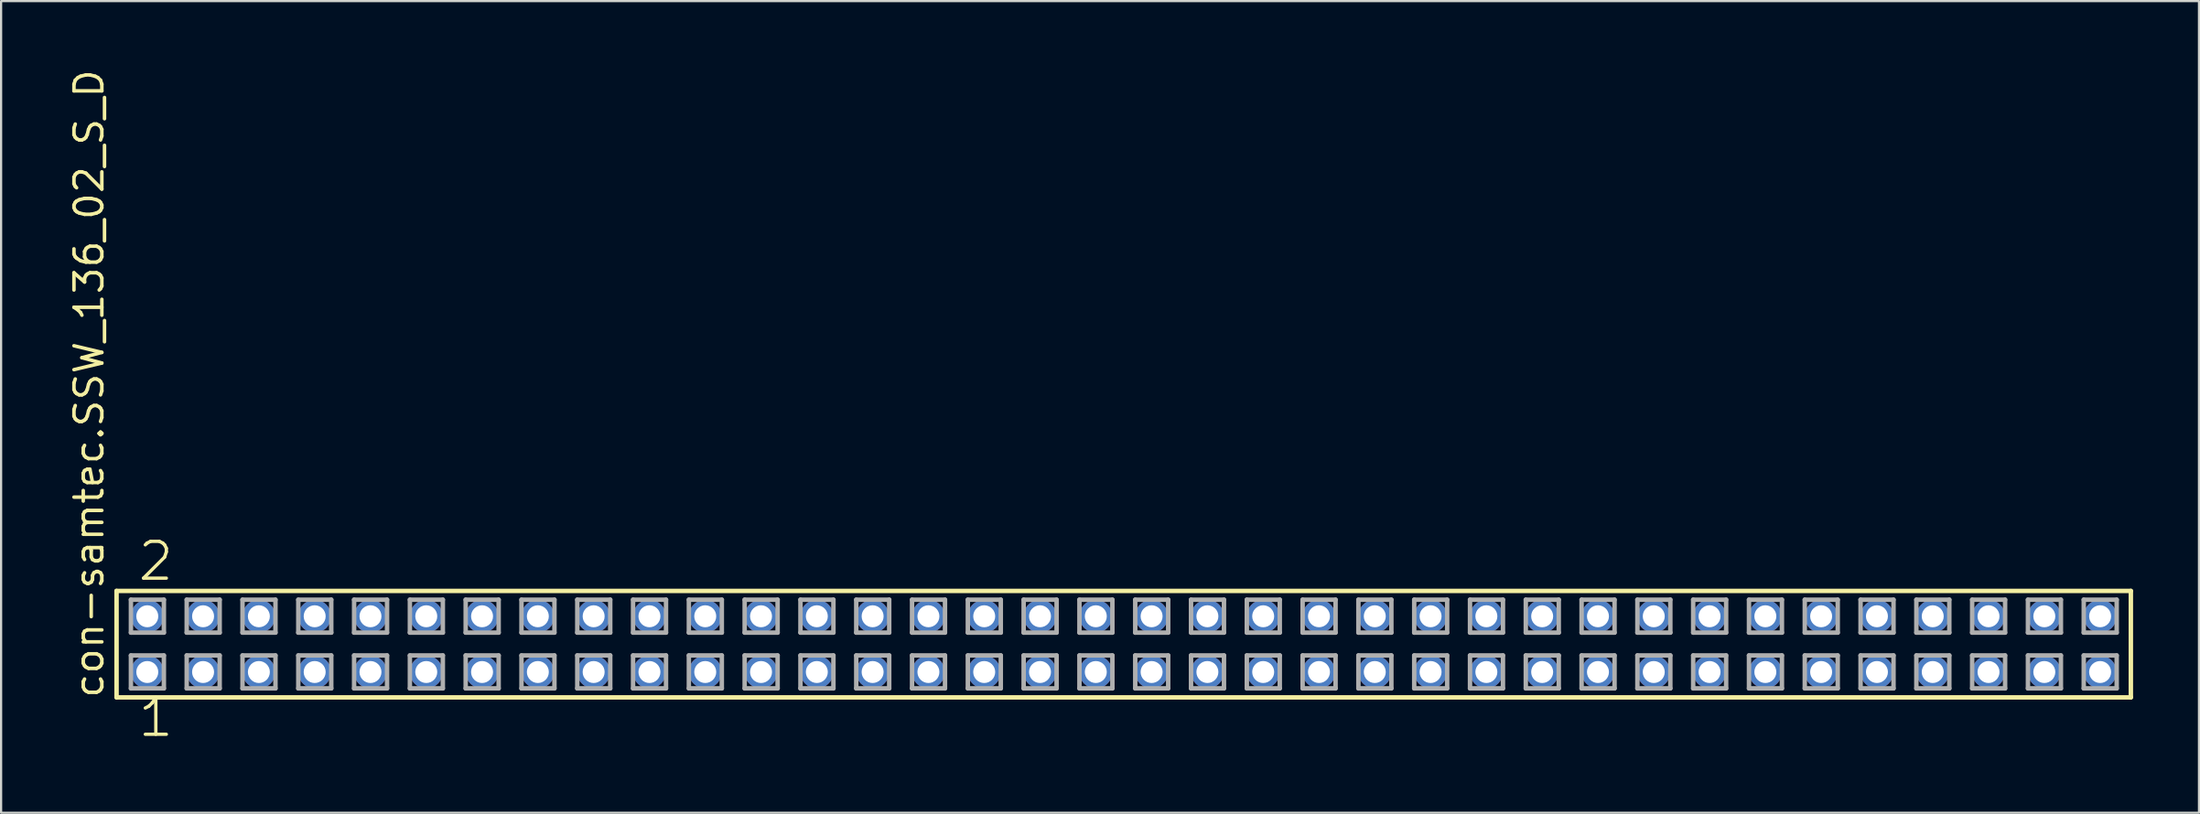
<source format=kicad_pcb>
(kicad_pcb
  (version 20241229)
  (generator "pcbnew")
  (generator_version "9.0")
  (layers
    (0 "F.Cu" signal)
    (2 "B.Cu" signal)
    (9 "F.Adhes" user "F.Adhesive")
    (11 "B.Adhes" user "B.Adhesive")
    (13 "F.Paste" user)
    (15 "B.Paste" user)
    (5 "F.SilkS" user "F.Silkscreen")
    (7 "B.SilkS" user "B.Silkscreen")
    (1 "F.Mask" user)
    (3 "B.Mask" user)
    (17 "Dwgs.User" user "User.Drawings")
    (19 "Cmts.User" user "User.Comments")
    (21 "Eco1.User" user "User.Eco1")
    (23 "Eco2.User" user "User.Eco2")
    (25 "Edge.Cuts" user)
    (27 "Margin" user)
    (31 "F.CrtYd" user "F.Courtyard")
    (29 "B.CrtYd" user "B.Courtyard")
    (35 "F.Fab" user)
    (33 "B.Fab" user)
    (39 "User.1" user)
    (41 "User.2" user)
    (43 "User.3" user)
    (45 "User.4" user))
  (footprint "con-samtec.SSW_136_02_S_D"
    (layer "F.Cu")
    (at 48.105 26.291)
    (property "Reference" "con-samtec.SSW_136_02_S_D" (at -46.355 2.54 90) (layer "F.SilkS") (effects (font (size 1.27 1.27) (thickness 0.16)) (justify left bottom)))
    (attr through_hole)
    (fp_line (start -45.849 -2.425) (end 45.849 -2.425) (stroke (width 0.203) (type default)) (layer "F.SilkS"))
    (fp_line (start -45.849 2.425) (end -45.849 -2.425) (stroke (width 0.203) (type default)) (layer "F.SilkS"))
    (fp_line (start 45.849 -2.425) (end 45.849 2.425) (stroke (width 0.203) (type default)) (layer "F.SilkS"))
    (fp_line (start 45.849 2.425) (end -45.849 2.425) (stroke (width 0.203) (type default)) (layer "F.SilkS"))
    (fp_line (start -45.195 -2.025) (end -43.695 -2.025) (stroke (width 0.203) (type default)) (layer "F.Fab"))
    (fp_line (start -45.195 -0.525) (end -45.195 -2.025) (stroke (width 0.203) (type default)) (layer "F.Fab"))
    (fp_line (start -45.195 0.515) (end -43.695 0.515) (stroke (width 0.203) (type default)) (layer "F.Fab"))
    (fp_line (start -45.195 2.015) (end -45.195 0.515) (stroke (width 0.203) (type default)) (layer "F.Fab"))
    (fp_line (start -43.695 -2.025) (end -43.695 -0.525) (stroke (width 0.203) (type default)) (layer "F.Fab"))
    (fp_line (start -43.695 -0.525) (end -45.195 -0.525) (stroke (width 0.203) (type default)) (layer "F.Fab"))
    (fp_line (start -43.695 0.515) (end -43.695 2.015) (stroke (width 0.203) (type default)) (layer "F.Fab"))
    (fp_line (start -43.695 2.015) (end -45.195 2.015) (stroke (width 0.203) (type default)) (layer "F.Fab"))
    (fp_line (start -42.655 -2.025) (end -41.155 -2.025) (stroke (width 0.203) (type default)) (layer "F.Fab"))
    (fp_line (start -42.655 -0.525) (end -42.655 -2.025) (stroke (width 0.203) (type default)) (layer "F.Fab"))
    (fp_line (start -42.655 0.515) (end -41.155 0.515) (stroke (width 0.203) (type default)) (layer "F.Fab"))
    (fp_line (start -42.655 2.015) (end -42.655 0.515) (stroke (width 0.203) (type default)) (layer "F.Fab"))
    (fp_line (start -41.155 -2.025) (end -41.155 -0.525) (stroke (width 0.203) (type default)) (layer "F.Fab"))
    (fp_line (start -41.155 -0.525) (end -42.655 -0.525) (stroke (width 0.203) (type default)) (layer "F.Fab"))
    (fp_line (start -41.155 0.515) (end -41.155 2.015) (stroke (width 0.203) (type default)) (layer "F.Fab"))
    (fp_line (start -41.155 2.015) (end -42.655 2.015) (stroke (width 0.203) (type default)) (layer "F.Fab"))
    (fp_line (start -40.115 -2.025) (end -38.615 -2.025) (stroke (width 0.203) (type default)) (layer "F.Fab"))
    (fp_line (start -40.115 -0.525) (end -40.115 -2.025) (stroke (width 0.203) (type default)) (layer "F.Fab"))
    (fp_line (start -40.115 0.515) (end -38.615 0.515) (stroke (width 0.203) (type default)) (layer "F.Fab"))
    (fp_line (start -40.115 2.015) (end -40.115 0.515) (stroke (width 0.203) (type default)) (layer "F.Fab"))
    (fp_line (start -38.615 -2.025) (end -38.615 -0.525) (stroke (width 0.203) (type default)) (layer "F.Fab"))
    (fp_line (start -38.615 -0.525) (end -40.115 -0.525) (stroke (width 0.203) (type default)) (layer "F.Fab"))
    (fp_line (start -38.615 0.515) (end -38.615 2.015) (stroke (width 0.203) (type default)) (layer "F.Fab"))
    (fp_line (start -38.615 2.015) (end -40.115 2.015) (stroke (width 0.203) (type default)) (layer "F.Fab"))
    (fp_line (start -37.575 -2.025) (end -36.075 -2.025) (stroke (width 0.203) (type default)) (layer "F.Fab"))
    (fp_line (start -37.575 -0.525) (end -37.575 -2.025) (stroke (width 0.203) (type default)) (layer "F.Fab"))
    (fp_line (start -37.575 0.515) (end -36.075 0.515) (stroke (width 0.203) (type default)) (layer "F.Fab"))
    (fp_line (start -37.575 2.015) (end -37.575 0.515) (stroke (width 0.203) (type default)) (layer "F.Fab"))
    (fp_line (start -36.075 -2.025) (end -36.075 -0.525) (stroke (width 0.203) (type default)) (layer "F.Fab"))
    (fp_line (start -36.075 -0.525) (end -37.575 -0.525) (stroke (width 0.203) (type default)) (layer "F.Fab"))
    (fp_line (start -36.075 0.515) (end -36.075 2.015) (stroke (width 0.203) (type default)) (layer "F.Fab"))
    (fp_line (start -36.075 2.015) (end -37.575 2.015) (stroke (width 0.203) (type default)) (layer "F.Fab"))
    (fp_line (start -35.035 -2.025) (end -33.535 -2.025) (stroke (width 0.203) (type default)) (layer "F.Fab"))
    (fp_line (start -35.035 -0.525) (end -35.035 -2.025) (stroke (width 0.203) (type default)) (layer "F.Fab"))
    (fp_line (start -35.035 0.515) (end -33.535 0.515) (stroke (width 0.203) (type default)) (layer "F.Fab"))
    (fp_line (start -35.035 2.015) (end -35.035 0.515) (stroke (width 0.203) (type default)) (layer "F.Fab"))
    (fp_line (start -33.535 -2.025) (end -33.535 -0.525) (stroke (width 0.203) (type default)) (layer "F.Fab"))
    (fp_line (start -33.535 -0.525) (end -35.035 -0.525) (stroke (width 0.203) (type default)) (layer "F.Fab"))
    (fp_line (start -33.535 0.515) (end -33.535 2.015) (stroke (width 0.203) (type default)) (layer "F.Fab"))
    (fp_line (start -33.535 2.015) (end -35.035 2.015) (stroke (width 0.203) (type default)) (layer "F.Fab"))
    (fp_line (start -32.495 -2.025) (end -30.995 -2.025) (stroke (width 0.203) (type default)) (layer "F.Fab"))
    (fp_line (start -32.495 -0.525) (end -32.495 -2.025) (stroke (width 0.203) (type default)) (layer "F.Fab"))
    (fp_line (start -32.495 0.515) (end -30.995 0.515) (stroke (width 0.203) (type default)) (layer "F.Fab"))
    (fp_line (start -32.495 2.015) (end -32.495 0.515) (stroke (width 0.203) (type default)) (layer "F.Fab"))
    (fp_line (start -30.995 -2.025) (end -30.995 -0.525) (stroke (width 0.203) (type default)) (layer "F.Fab"))
    (fp_line (start -30.995 -0.525) (end -32.495 -0.525) (stroke (width 0.203) (type default)) (layer "F.Fab"))
    (fp_line (start -30.995 0.515) (end -30.995 2.015) (stroke (width 0.203) (type default)) (layer "F.Fab"))
    (fp_line (start -30.995 2.015) (end -32.495 2.015) (stroke (width 0.203) (type default)) (layer "F.Fab"))
    (fp_line (start -29.955 -2.025) (end -28.455 -2.025) (stroke (width 0.203) (type default)) (layer "F.Fab"))
    (fp_line (start -29.955 -0.525) (end -29.955 -2.025) (stroke (width 0.203) (type default)) (layer "F.Fab"))
    (fp_line (start -29.955 0.515) (end -28.455 0.515) (stroke (width 0.203) (type default)) (layer "F.Fab"))
    (fp_line (start -29.955 2.015) (end -29.955 0.515) (stroke (width 0.203) (type default)) (layer "F.Fab"))
    (fp_line (start -28.455 -2.025) (end -28.455 -0.525) (stroke (width 0.203) (type default)) (layer "F.Fab"))
    (fp_line (start -28.455 -0.525) (end -29.955 -0.525) (stroke (width 0.203) (type default)) (layer "F.Fab"))
    (fp_line (start -28.455 0.515) (end -28.455 2.015) (stroke (width 0.203) (type default)) (layer "F.Fab"))
    (fp_line (start -28.455 2.015) (end -29.955 2.015) (stroke (width 0.203) (type default)) (layer "F.Fab"))
    (fp_line (start -27.415 -2.025) (end -25.915 -2.025) (stroke (width 0.203) (type default)) (layer "F.Fab"))
    (fp_line (start -27.415 -0.525) (end -27.415 -2.025) (stroke (width 0.203) (type default)) (layer "F.Fab"))
    (fp_line (start -27.415 0.515) (end -25.915 0.515) (stroke (width 0.203) (type default)) (layer "F.Fab"))
    (fp_line (start -27.415 2.015) (end -27.415 0.515) (stroke (width 0.203) (type default)) (layer "F.Fab"))
    (fp_line (start -25.915 -2.025) (end -25.915 -0.525) (stroke (width 0.203) (type default)) (layer "F.Fab"))
    (fp_line (start -25.915 -0.525) (end -27.415 -0.525) (stroke (width 0.203) (type default)) (layer "F.Fab"))
    (fp_line (start -25.915 0.515) (end -25.915 2.015) (stroke (width 0.203) (type default)) (layer "F.Fab"))
    (fp_line (start -25.915 2.015) (end -27.415 2.015) (stroke (width 0.203) (type default)) (layer "F.Fab"))
    (fp_line (start -24.875 -2.025) (end -23.375 -2.025) (stroke (width 0.203) (type default)) (layer "F.Fab"))
    (fp_line (start -24.875 -0.525) (end -24.875 -2.025) (stroke (width 0.203) (type default)) (layer "F.Fab"))
    (fp_line (start -24.875 0.515) (end -23.375 0.515) (stroke (width 0.203) (type default)) (layer "F.Fab"))
    (fp_line (start -24.875 2.015) (end -24.875 0.515) (stroke (width 0.203) (type default)) (layer "F.Fab"))
    (fp_line (start -23.375 -2.025) (end -23.375 -0.525) (stroke (width 0.203) (type default)) (layer "F.Fab"))
    (fp_line (start -23.375 -0.525) (end -24.875 -0.525) (stroke (width 0.203) (type default)) (layer "F.Fab"))
    (fp_line (start -23.375 0.515) (end -23.375 2.015) (stroke (width 0.203) (type default)) (layer "F.Fab"))
    (fp_line (start -23.375 2.015) (end -24.875 2.015) (stroke (width 0.203) (type default)) (layer "F.Fab"))
    (fp_line (start -22.335 -2.025) (end -20.835 -2.025) (stroke (width 0.203) (type default)) (layer "F.Fab"))
    (fp_line (start -22.335 -0.525) (end -22.335 -2.025) (stroke (width 0.203) (type default)) (layer "F.Fab"))
    (fp_line (start -22.335 0.515) (end -20.835 0.515) (stroke (width 0.203) (type default)) (layer "F.Fab"))
    (fp_line (start -22.335 2.015) (end -22.335 0.515) (stroke (width 0.203) (type default)) (layer "F.Fab"))
    (fp_line (start -20.835 -2.025) (end -20.835 -0.525) (stroke (width 0.203) (type default)) (layer "F.Fab"))
    (fp_line (start -20.835 -0.525) (end -22.335 -0.525) (stroke (width 0.203) (type default)) (layer "F.Fab"))
    (fp_line (start -20.835 0.515) (end -20.835 2.015) (stroke (width 0.203) (type default)) (layer "F.Fab"))
    (fp_line (start -20.835 2.015) (end -22.335 2.015) (stroke (width 0.203) (type default)) (layer "F.Fab"))
    (fp_line (start -19.795 -2.025) (end -18.295 -2.025) (stroke (width 0.203) (type default)) (layer "F.Fab"))
    (fp_line (start -19.795 -0.525) (end -19.795 -2.025) (stroke (width 0.203) (type default)) (layer "F.Fab"))
    (fp_line (start -19.795 0.515) (end -18.295 0.515) (stroke (width 0.203) (type default)) (layer "F.Fab"))
    (fp_line (start -19.795 2.015) (end -19.795 0.515) (stroke (width 0.203) (type default)) (layer "F.Fab"))
    (fp_line (start -18.295 -2.025) (end -18.295 -0.525) (stroke (width 0.203) (type default)) (layer "F.Fab"))
    (fp_line (start -18.295 -0.525) (end -19.795 -0.525) (stroke (width 0.203) (type default)) (layer "F.Fab"))
    (fp_line (start -18.295 0.515) (end -18.295 2.015) (stroke (width 0.203) (type default)) (layer "F.Fab"))
    (fp_line (start -18.295 2.015) (end -19.795 2.015) (stroke (width 0.203) (type default)) (layer "F.Fab"))
    (fp_line (start -17.255 -2.025) (end -15.755 -2.025) (stroke (width 0.203) (type default)) (layer "F.Fab"))
    (fp_line (start -17.255 -0.525) (end -17.255 -2.025) (stroke (width 0.203) (type default)) (layer "F.Fab"))
    (fp_line (start -17.255 0.515) (end -15.755 0.515) (stroke (width 0.203) (type default)) (layer "F.Fab"))
    (fp_line (start -17.255 2.015) (end -17.255 0.515) (stroke (width 0.203) (type default)) (layer "F.Fab"))
    (fp_line (start -15.755 -2.025) (end -15.755 -0.525) (stroke (width 0.203) (type default)) (layer "F.Fab"))
    (fp_line (start -15.755 -0.525) (end -17.255 -0.525) (stroke (width 0.203) (type default)) (layer "F.Fab"))
    (fp_line (start -15.755 0.515) (end -15.755 2.015) (stroke (width 0.203) (type default)) (layer "F.Fab"))
    (fp_line (start -15.755 2.015) (end -17.255 2.015) (stroke (width 0.203) (type default)) (layer "F.Fab"))
    (fp_line (start -14.715 -2.025) (end -13.215 -2.025) (stroke (width 0.203) (type default)) (layer "F.Fab"))
    (fp_line (start -14.715 -0.525) (end -14.715 -2.025) (stroke (width 0.203) (type default)) (layer "F.Fab"))
    (fp_line (start -14.715 0.515) (end -13.215 0.515) (stroke (width 0.203) (type default)) (layer "F.Fab"))
    (fp_line (start -14.715 2.015) (end -14.715 0.515) (stroke (width 0.203) (type default)) (layer "F.Fab"))
    (fp_line (start -13.215 -2.025) (end -13.215 -0.525) (stroke (width 0.203) (type default)) (layer "F.Fab"))
    (fp_line (start -13.215 -0.525) (end -14.715 -0.525) (stroke (width 0.203) (type default)) (layer "F.Fab"))
    (fp_line (start -13.215 0.515) (end -13.215 2.015) (stroke (width 0.203) (type default)) (layer "F.Fab"))
    (fp_line (start -13.215 2.015) (end -14.715 2.015) (stroke (width 0.203) (type default)) (layer "F.Fab"))
    (fp_line (start -12.175 -2.025) (end -10.675 -2.025) (stroke (width 0.203) (type default)) (layer "F.Fab"))
    (fp_line (start -12.175 -0.525) (end -12.175 -2.025) (stroke (width 0.203) (type default)) (layer "F.Fab"))
    (fp_line (start -12.175 0.515) (end -10.675 0.515) (stroke (width 0.203) (type default)) (layer "F.Fab"))
    (fp_line (start -12.175 2.015) (end -12.175 0.515) (stroke (width 0.203) (type default)) (layer "F.Fab"))
    (fp_line (start -10.675 -2.025) (end -10.675 -0.525) (stroke (width 0.203) (type default)) (layer "F.Fab"))
    (fp_line (start -10.675 -0.525) (end -12.175 -0.525) (stroke (width 0.203) (type default)) (layer "F.Fab"))
    (fp_line (start -10.675 0.515) (end -10.675 2.015) (stroke (width 0.203) (type default)) (layer "F.Fab"))
    (fp_line (start -10.675 2.015) (end -12.175 2.015) (stroke (width 0.203) (type default)) (layer "F.Fab"))
    (fp_line (start -9.635 -2.025) (end -8.135 -2.025) (stroke (width 0.203) (type default)) (layer "F.Fab"))
    (fp_line (start -9.635 -0.525) (end -9.635 -2.025) (stroke (width 0.203) (type default)) (layer "F.Fab"))
    (fp_line (start -9.635 0.515) (end -8.135 0.515) (stroke (width 0.203) (type default)) (layer "F.Fab"))
    (fp_line (start -9.635 2.015) (end -9.635 0.515) (stroke (width 0.203) (type default)) (layer "F.Fab"))
    (fp_line (start -8.135 -2.025) (end -8.135 -0.525) (stroke (width 0.203) (type default)) (layer "F.Fab"))
    (fp_line (start -8.135 -0.525) (end -9.635 -0.525) (stroke (width 0.203) (type default)) (layer "F.Fab"))
    (fp_line (start -8.135 0.515) (end -8.135 2.015) (stroke (width 0.203) (type default)) (layer "F.Fab"))
    (fp_line (start -8.135 2.015) (end -9.635 2.015) (stroke (width 0.203) (type default)) (layer "F.Fab"))
    (fp_line (start -7.095 -2.025) (end -5.595 -2.025) (stroke (width 0.203) (type default)) (layer "F.Fab"))
    (fp_line (start -7.095 -0.525) (end -7.095 -2.025) (stroke (width 0.203) (type default)) (layer "F.Fab"))
    (fp_line (start -7.095 0.515) (end -5.595 0.515) (stroke (width 0.203) (type default)) (layer "F.Fab"))
    (fp_line (start -7.095 2.015) (end -7.095 0.515) (stroke (width 0.203) (type default)) (layer "F.Fab"))
    (fp_line (start -5.595 -2.025) (end -5.595 -0.525) (stroke (width 0.203) (type default)) (layer "F.Fab"))
    (fp_line (start -5.595 -0.525) (end -7.095 -0.525) (stroke (width 0.203) (type default)) (layer "F.Fab"))
    (fp_line (start -5.595 0.515) (end -5.595 2.015) (stroke (width 0.203) (type default)) (layer "F.Fab"))
    (fp_line (start -5.595 2.015) (end -7.095 2.015) (stroke (width 0.203) (type default)) (layer "F.Fab"))
    (fp_line (start -4.555 -2.025) (end -3.055 -2.025) (stroke (width 0.203) (type default)) (layer "F.Fab"))
    (fp_line (start -4.555 -0.525) (end -4.555 -2.025) (stroke (width 0.203) (type default)) (layer "F.Fab"))
    (fp_line (start -4.555 0.515) (end -3.055 0.515) (stroke (width 0.203) (type default)) (layer "F.Fab"))
    (fp_line (start -4.555 2.015) (end -4.555 0.515) (stroke (width 0.203) (type default)) (layer "F.Fab"))
    (fp_line (start -3.055 -2.025) (end -3.055 -0.525) (stroke (width 0.203) (type default)) (layer "F.Fab"))
    (fp_line (start -3.055 -0.525) (end -4.555 -0.525) (stroke (width 0.203) (type default)) (layer "F.Fab"))
    (fp_line (start -3.055 0.515) (end -3.055 2.015) (stroke (width 0.203) (type default)) (layer "F.Fab"))
    (fp_line (start -3.055 2.015) (end -4.555 2.015) (stroke (width 0.203) (type default)) (layer "F.Fab"))
    (fp_line (start -2.015 -2.025) (end -0.515 -2.025) (stroke (width 0.203) (type default)) (layer "F.Fab"))
    (fp_line (start -2.015 -0.525) (end -2.015 -2.025) (stroke (width 0.203) (type default)) (layer "F.Fab"))
    (fp_line (start -2.015 0.515) (end -0.515 0.515) (stroke (width 0.203) (type default)) (layer "F.Fab"))
    (fp_line (start -2.015 2.015) (end -2.015 0.515) (stroke (width 0.203) (type default)) (layer "F.Fab"))
    (fp_line (start -0.515 -2.025) (end -0.515 -0.525) (stroke (width 0.203) (type default)) (layer "F.Fab"))
    (fp_line (start -0.515 -0.525) (end -2.015 -0.525) (stroke (width 0.203) (type default)) (layer "F.Fab"))
    (fp_line (start -0.515 0.515) (end -0.515 2.015) (stroke (width 0.203) (type default)) (layer "F.Fab"))
    (fp_line (start -0.515 2.015) (end -2.015 2.015) (stroke (width 0.203) (type default)) (layer "F.Fab"))
    (fp_line (start 0.525 -2.025) (end 2.025 -2.025) (stroke (width 0.203) (type default)) (layer "F.Fab"))
    (fp_line (start 0.525 -0.525) (end 0.525 -2.025) (stroke (width 0.203) (type default)) (layer "F.Fab"))
    (fp_line (start 0.525 0.515) (end 2.025 0.515) (stroke (width 0.203) (type default)) (layer "F.Fab"))
    (fp_line (start 0.525 2.015) (end 0.525 0.515) (stroke (width 0.203) (type default)) (layer "F.Fab"))
    (fp_line (start 2.025 -2.025) (end 2.025 -0.525) (stroke (width 0.203) (type default)) (layer "F.Fab"))
    (fp_line (start 2.025 -0.525) (end 0.525 -0.525) (stroke (width 0.203) (type default)) (layer "F.Fab"))
    (fp_line (start 2.025 0.515) (end 2.025 2.015) (stroke (width 0.203) (type default)) (layer "F.Fab"))
    (fp_line (start 2.025 2.015) (end 0.525 2.015) (stroke (width 0.203) (type default)) (layer "F.Fab"))
    (fp_line (start 3.065 -2.025) (end 4.565 -2.025) (stroke (width 0.203) (type default)) (layer "F.Fab"))
    (fp_line (start 3.065 -0.525) (end 3.065 -2.025) (stroke (width 0.203) (type default)) (layer "F.Fab"))
    (fp_line (start 3.065 0.515) (end 4.565 0.515) (stroke (width 0.203) (type default)) (layer "F.Fab"))
    (fp_line (start 3.065 2.015) (end 3.065 0.515) (stroke (width 0.203) (type default)) (layer "F.Fab"))
    (fp_line (start 4.565 -2.025) (end 4.565 -0.525) (stroke (width 0.203) (type default)) (layer "F.Fab"))
    (fp_line (start 4.565 -0.525) (end 3.065 -0.525) (stroke (width 0.203) (type default)) (layer "F.Fab"))
    (fp_line (start 4.565 0.515) (end 4.565 2.015) (stroke (width 0.203) (type default)) (layer "F.Fab"))
    (fp_line (start 4.565 2.015) (end 3.065 2.015) (stroke (width 0.203) (type default)) (layer "F.Fab"))
    (fp_line (start 5.605 -2.025) (end 7.105 -2.025) (stroke (width 0.203) (type default)) (layer "F.Fab"))
    (fp_line (start 5.605 -0.525) (end 5.605 -2.025) (stroke (width 0.203) (type default)) (layer "F.Fab"))
    (fp_line (start 5.605 0.515) (end 7.105 0.515) (stroke (width 0.203) (type default)) (layer "F.Fab"))
    (fp_line (start 5.605 2.015) (end 5.605 0.515) (stroke (width 0.203) (type default)) (layer "F.Fab"))
    (fp_line (start 7.105 -2.025) (end 7.105 -0.525) (stroke (width 0.203) (type default)) (layer "F.Fab"))
    (fp_line (start 7.105 -0.525) (end 5.605 -0.525) (stroke (width 0.203) (type default)) (layer "F.Fab"))
    (fp_line (start 7.105 0.515) (end 7.105 2.015) (stroke (width 0.203) (type default)) (layer "F.Fab"))
    (fp_line (start 7.105 2.015) (end 5.605 2.015) (stroke (width 0.203) (type default)) (layer "F.Fab"))
    (fp_line (start 8.145 -2.025) (end 9.645 -2.025) (stroke (width 0.203) (type default)) (layer "F.Fab"))
    (fp_line (start 8.145 -0.525) (end 8.145 -2.025) (stroke (width 0.203) (type default)) (layer "F.Fab"))
    (fp_line (start 8.145 0.515) (end 9.645 0.515) (stroke (width 0.203) (type default)) (layer "F.Fab"))
    (fp_line (start 8.145 2.015) (end 8.145 0.515) (stroke (width 0.203) (type default)) (layer "F.Fab"))
    (fp_line (start 9.645 -2.025) (end 9.645 -0.525) (stroke (width 0.203) (type default)) (layer "F.Fab"))
    (fp_line (start 9.645 -0.525) (end 8.145 -0.525) (stroke (width 0.203) (type default)) (layer "F.Fab"))
    (fp_line (start 9.645 0.515) (end 9.645 2.015) (stroke (width 0.203) (type default)) (layer "F.Fab"))
    (fp_line (start 9.645 2.015) (end 8.145 2.015) (stroke (width 0.203) (type default)) (layer "F.Fab"))
    (fp_line (start 10.685 -2.025) (end 12.185 -2.025) (stroke (width 0.203) (type default)) (layer "F.Fab"))
    (fp_line (start 10.685 -0.525) (end 10.685 -2.025) (stroke (width 0.203) (type default)) (layer "F.Fab"))
    (fp_line (start 10.685 0.515) (end 12.185 0.515) (stroke (width 0.203) (type default)) (layer "F.Fab"))
    (fp_line (start 10.685 2.015) (end 10.685 0.515) (stroke (width 0.203) (type default)) (layer "F.Fab"))
    (fp_line (start 12.185 -2.025) (end 12.185 -0.525) (stroke (width 0.203) (type default)) (layer "F.Fab"))
    (fp_line (start 12.185 -0.525) (end 10.685 -0.525) (stroke (width 0.203) (type default)) (layer "F.Fab"))
    (fp_line (start 12.185 0.515) (end 12.185 2.015) (stroke (width 0.203) (type default)) (layer "F.Fab"))
    (fp_line (start 12.185 2.015) (end 10.685 2.015) (stroke (width 0.203) (type default)) (layer "F.Fab"))
    (fp_line (start 13.225 -2.025) (end 14.725 -2.025) (stroke (width 0.203) (type default)) (layer "F.Fab"))
    (fp_line (start 13.225 -0.525) (end 13.225 -2.025) (stroke (width 0.203) (type default)) (layer "F.Fab"))
    (fp_line (start 13.225 0.515) (end 14.725 0.515) (stroke (width 0.203) (type default)) (layer "F.Fab"))
    (fp_line (start 13.225 2.015) (end 13.225 0.515) (stroke (width 0.203) (type default)) (layer "F.Fab"))
    (fp_line (start 14.725 -2.025) (end 14.725 -0.525) (stroke (width 0.203) (type default)) (layer "F.Fab"))
    (fp_line (start 14.725 -0.525) (end 13.225 -0.525) (stroke (width 0.203) (type default)) (layer "F.Fab"))
    (fp_line (start 14.725 0.515) (end 14.725 2.015) (stroke (width 0.203) (type default)) (layer "F.Fab"))
    (fp_line (start 14.725 2.015) (end 13.225 2.015) (stroke (width 0.203) (type default)) (layer "F.Fab"))
    (fp_line (start 15.765 -2.025) (end 17.265 -2.025) (stroke (width 0.203) (type default)) (layer "F.Fab"))
    (fp_line (start 15.765 -0.525) (end 15.765 -2.025) (stroke (width 0.203) (type default)) (layer "F.Fab"))
    (fp_line (start 15.765 0.515) (end 17.265 0.515) (stroke (width 0.203) (type default)) (layer "F.Fab"))
    (fp_line (start 15.765 2.015) (end 15.765 0.515) (stroke (width 0.203) (type default)) (layer "F.Fab"))
    (fp_line (start 17.265 -2.025) (end 17.265 -0.525) (stroke (width 0.203) (type default)) (layer "F.Fab"))
    (fp_line (start 17.265 -0.525) (end 15.765 -0.525) (stroke (width 0.203) (type default)) (layer "F.Fab"))
    (fp_line (start 17.265 0.515) (end 17.265 2.015) (stroke (width 0.203) (type default)) (layer "F.Fab"))
    (fp_line (start 17.265 2.015) (end 15.765 2.015) (stroke (width 0.203) (type default)) (layer "F.Fab"))
    (fp_line (start 18.305 -2.025) (end 19.805 -2.025) (stroke (width 0.203) (type default)) (layer "F.Fab"))
    (fp_line (start 18.305 -0.525) (end 18.305 -2.025) (stroke (width 0.203) (type default)) (layer "F.Fab"))
    (fp_line (start 18.305 0.515) (end 19.805 0.515) (stroke (width 0.203) (type default)) (layer "F.Fab"))
    (fp_line (start 18.305 2.015) (end 18.305 0.515) (stroke (width 0.203) (type default)) (layer "F.Fab"))
    (fp_line (start 19.805 -2.025) (end 19.805 -0.525) (stroke (width 0.203) (type default)) (layer "F.Fab"))
    (fp_line (start 19.805 -0.525) (end 18.305 -0.525) (stroke (width 0.203) (type default)) (layer "F.Fab"))
    (fp_line (start 19.805 0.515) (end 19.805 2.015) (stroke (width 0.203) (type default)) (layer "F.Fab"))
    (fp_line (start 19.805 2.015) (end 18.305 2.015) (stroke (width 0.203) (type default)) (layer "F.Fab"))
    (fp_line (start 20.845 -2.025) (end 22.345 -2.025) (stroke (width 0.203) (type default)) (layer "F.Fab"))
    (fp_line (start 20.845 -0.525) (end 20.845 -2.025) (stroke (width 0.203) (type default)) (layer "F.Fab"))
    (fp_line (start 20.845 0.515) (end 22.345 0.515) (stroke (width 0.203) (type default)) (layer "F.Fab"))
    (fp_line (start 20.845 2.015) (end 20.845 0.515) (stroke (width 0.203) (type default)) (layer "F.Fab"))
    (fp_line (start 22.345 -2.025) (end 22.345 -0.525) (stroke (width 0.203) (type default)) (layer "F.Fab"))
    (fp_line (start 22.345 -0.525) (end 20.845 -0.525) (stroke (width 0.203) (type default)) (layer "F.Fab"))
    (fp_line (start 22.345 0.515) (end 22.345 2.015) (stroke (width 0.203) (type default)) (layer "F.Fab"))
    (fp_line (start 22.345 2.015) (end 20.845 2.015) (stroke (width 0.203) (type default)) (layer "F.Fab"))
    (fp_line (start 23.385 -2.025) (end 24.885 -2.025) (stroke (width 0.203) (type default)) (layer "F.Fab"))
    (fp_line (start 23.385 -0.525) (end 23.385 -2.025) (stroke (width 0.203) (type default)) (layer "F.Fab"))
    (fp_line (start 23.385 0.515) (end 24.885 0.515) (stroke (width 0.203) (type default)) (layer "F.Fab"))
    (fp_line (start 23.385 2.015) (end 23.385 0.515) (stroke (width 0.203) (type default)) (layer "F.Fab"))
    (fp_line (start 24.885 -2.025) (end 24.885 -0.525) (stroke (width 0.203) (type default)) (layer "F.Fab"))
    (fp_line (start 24.885 -0.525) (end 23.385 -0.525) (stroke (width 0.203) (type default)) (layer "F.Fab"))
    (fp_line (start 24.885 0.515) (end 24.885 2.015) (stroke (width 0.203) (type default)) (layer "F.Fab"))
    (fp_line (start 24.885 2.015) (end 23.385 2.015) (stroke (width 0.203) (type default)) (layer "F.Fab"))
    (fp_line (start 25.925 -2.025) (end 27.425 -2.025) (stroke (width 0.203) (type default)) (layer "F.Fab"))
    (fp_line (start 25.925 -0.525) (end 25.925 -2.025) (stroke (width 0.203) (type default)) (layer "F.Fab"))
    (fp_line (start 25.925 0.515) (end 27.425 0.515) (stroke (width 0.203) (type default)) (layer "F.Fab"))
    (fp_line (start 25.925 2.015) (end 25.925 0.515) (stroke (width 0.203) (type default)) (layer "F.Fab"))
    (fp_line (start 27.425 -2.025) (end 27.425 -0.525) (stroke (width 0.203) (type default)) (layer "F.Fab"))
    (fp_line (start 27.425 -0.525) (end 25.925 -0.525) (stroke (width 0.203) (type default)) (layer "F.Fab"))
    (fp_line (start 27.425 0.515) (end 27.425 2.015) (stroke (width 0.203) (type default)) (layer "F.Fab"))
    (fp_line (start 27.425 2.015) (end 25.925 2.015) (stroke (width 0.203) (type default)) (layer "F.Fab"))
    (fp_line (start 28.465 -2.025) (end 29.965 -2.025) (stroke (width 0.203) (type default)) (layer "F.Fab"))
    (fp_line (start 28.465 -0.525) (end 28.465 -2.025) (stroke (width 0.203) (type default)) (layer "F.Fab"))
    (fp_line (start 28.465 0.515) (end 29.965 0.515) (stroke (width 0.203) (type default)) (layer "F.Fab"))
    (fp_line (start 28.465 2.015) (end 28.465 0.515) (stroke (width 0.203) (type default)) (layer "F.Fab"))
    (fp_line (start 29.965 -2.025) (end 29.965 -0.525) (stroke (width 0.203) (type default)) (layer "F.Fab"))
    (fp_line (start 29.965 -0.525) (end 28.465 -0.525) (stroke (width 0.203) (type default)) (layer "F.Fab"))
    (fp_line (start 29.965 0.515) (end 29.965 2.015) (stroke (width 0.203) (type default)) (layer "F.Fab"))
    (fp_line (start 29.965 2.015) (end 28.465 2.015) (stroke (width 0.203) (type default)) (layer "F.Fab"))
    (fp_line (start 31.005 -2.025) (end 32.505 -2.025) (stroke (width 0.203) (type default)) (layer "F.Fab"))
    (fp_line (start 31.005 -0.525) (end 31.005 -2.025) (stroke (width 0.203) (type default)) (layer "F.Fab"))
    (fp_line (start 31.005 0.515) (end 32.505 0.515) (stroke (width 0.203) (type default)) (layer "F.Fab"))
    (fp_line (start 31.005 2.015) (end 31.005 0.515) (stroke (width 0.203) (type default)) (layer "F.Fab"))
    (fp_line (start 32.505 -2.025) (end 32.505 -0.525) (stroke (width 0.203) (type default)) (layer "F.Fab"))
    (fp_line (start 32.505 -0.525) (end 31.005 -0.525) (stroke (width 0.203) (type default)) (layer "F.Fab"))
    (fp_line (start 32.505 0.515) (end 32.505 2.015) (stroke (width 0.203) (type default)) (layer "F.Fab"))
    (fp_line (start 32.505 2.015) (end 31.005 2.015) (stroke (width 0.203) (type default)) (layer "F.Fab"))
    (fp_line (start 33.545 -2.025) (end 35.045 -2.025) (stroke (width 0.203) (type default)) (layer "F.Fab"))
    (fp_line (start 33.545 -0.525) (end 33.545 -2.025) (stroke (width 0.203) (type default)) (layer "F.Fab"))
    (fp_line (start 33.545 0.515) (end 35.045 0.515) (stroke (width 0.203) (type default)) (layer "F.Fab"))
    (fp_line (start 33.545 2.015) (end 33.545 0.515) (stroke (width 0.203) (type default)) (layer "F.Fab"))
    (fp_line (start 35.045 -2.025) (end 35.045 -0.525) (stroke (width 0.203) (type default)) (layer "F.Fab"))
    (fp_line (start 35.045 -0.525) (end 33.545 -0.525) (stroke (width 0.203) (type default)) (layer "F.Fab"))
    (fp_line (start 35.045 0.515) (end 35.045 2.015) (stroke (width 0.203) (type default)) (layer "F.Fab"))
    (fp_line (start 35.045 2.015) (end 33.545 2.015) (stroke (width 0.203) (type default)) (layer "F.Fab"))
    (fp_line (start 36.085 -2.025) (end 37.585 -2.025) (stroke (width 0.203) (type default)) (layer "F.Fab"))
    (fp_line (start 36.085 -0.525) (end 36.085 -2.025) (stroke (width 0.203) (type default)) (layer "F.Fab"))
    (fp_line (start 36.085 0.515) (end 37.585 0.515) (stroke (width 0.203) (type default)) (layer "F.Fab"))
    (fp_line (start 36.085 2.015) (end 36.085 0.515) (stroke (width 0.203) (type default)) (layer "F.Fab"))
    (fp_line (start 37.585 -2.025) (end 37.585 -0.525) (stroke (width 0.203) (type default)) (layer "F.Fab"))
    (fp_line (start 37.585 -0.525) (end 36.085 -0.525) (stroke (width 0.203) (type default)) (layer "F.Fab"))
    (fp_line (start 37.585 0.515) (end 37.585 2.015) (stroke (width 0.203) (type default)) (layer "F.Fab"))
    (fp_line (start 37.585 2.015) (end 36.085 2.015) (stroke (width 0.203) (type default)) (layer "F.Fab"))
    (fp_line (start 38.625 -2.025) (end 40.125 -2.025) (stroke (width 0.203) (type default)) (layer "F.Fab"))
    (fp_line (start 38.625 -0.525) (end 38.625 -2.025) (stroke (width 0.203) (type default)) (layer "F.Fab"))
    (fp_line (start 38.625 0.515) (end 40.125 0.515) (stroke (width 0.203) (type default)) (layer "F.Fab"))
    (fp_line (start 38.625 2.015) (end 38.625 0.515) (stroke (width 0.203) (type default)) (layer "F.Fab"))
    (fp_line (start 40.125 -2.025) (end 40.125 -0.525) (stroke (width 0.203) (type default)) (layer "F.Fab"))
    (fp_line (start 40.125 -0.525) (end 38.625 -0.525) (stroke (width 0.203) (type default)) (layer "F.Fab"))
    (fp_line (start 40.125 0.515) (end 40.125 2.015) (stroke (width 0.203) (type default)) (layer "F.Fab"))
    (fp_line (start 40.125 2.015) (end 38.625 2.015) (stroke (width 0.203) (type default)) (layer "F.Fab"))
    (fp_line (start 41.165 -2.025) (end 42.665 -2.025) (stroke (width 0.203) (type default)) (layer "F.Fab"))
    (fp_line (start 41.165 -0.525) (end 41.165 -2.025) (stroke (width 0.203) (type default)) (layer "F.Fab"))
    (fp_line (start 41.165 0.515) (end 42.665 0.515) (stroke (width 0.203) (type default)) (layer "F.Fab"))
    (fp_line (start 41.165 2.015) (end 41.165 0.515) (stroke (width 0.203) (type default)) (layer "F.Fab"))
    (fp_line (start 42.665 -2.025) (end 42.665 -0.525) (stroke (width 0.203) (type default)) (layer "F.Fab"))
    (fp_line (start 42.665 -0.525) (end 41.165 -0.525) (stroke (width 0.203) (type default)) (layer "F.Fab"))
    (fp_line (start 42.665 0.515) (end 42.665 2.015) (stroke (width 0.203) (type default)) (layer "F.Fab"))
    (fp_line (start 42.665 2.015) (end 41.165 2.015) (stroke (width 0.203) (type default)) (layer "F.Fab"))
    (fp_line (start 43.705 -2.025) (end 45.205 -2.025) (stroke (width 0.203) (type default)) (layer "F.Fab"))
    (fp_line (start 43.705 -0.525) (end 43.705 -2.025) (stroke (width 0.203) (type default)) (layer "F.Fab"))
    (fp_line (start 43.705 0.515) (end 45.205 0.515) (stroke (width 0.203) (type default)) (layer "F.Fab"))
    (fp_line (start 43.705 2.015) (end 43.705 0.515) (stroke (width 0.203) (type default)) (layer "F.Fab"))
    (fp_line (start 45.205 -2.025) (end 45.205 -0.525) (stroke (width 0.203) (type default)) (layer "F.Fab"))
    (fp_line (start 45.205 -0.525) (end 43.705 -0.525) (stroke (width 0.203) (type default)) (layer "F.Fab"))
    (fp_line (start 45.205 0.515) (end 45.205 2.015) (stroke (width 0.203) (type default)) (layer "F.Fab"))
    (fp_line (start 45.205 2.015) (end 43.705 2.015) (stroke (width 0.203) (type default)) (layer "F.Fab"))
    (fp_text user "2" (at -44.958 -2.794 0) (layer "F.SilkS") (effects (font (size 1.676 1.676) (thickness 0.15)) (justify left bottom)))
    (fp_text user "1" (at -44.958 4.318 0) (layer "F.SilkS") (effects (font (size 1.676 1.676) (thickness 0.15)) (justify left bottom)))
    (pad "1" thru_hole circle (at -44.45 1.27) (size 1.5 1.5) (drill 1) (layers "*.Cu" "*.Mask"))
    (pad "2" thru_hole circle (at -44.45 -1.27) (size 1.5 1.5) (drill 1) (layers "*.Cu" "*.Mask"))
    (pad "3" thru_hole circle (at -41.91 1.27) (size 1.5 1.5) (drill 1) (layers "*.Cu" "*.Mask"))
    (pad "4" thru_hole circle (at -41.91 -1.27) (size 1.5 1.5) (drill 1) (layers "*.Cu" "*.Mask"))
    (pad "5" thru_hole circle (at -39.37 1.27) (size 1.5 1.5) (drill 1) (layers "*.Cu" "*.Mask"))
    (pad "6" thru_hole circle (at -39.37 -1.27) (size 1.5 1.5) (drill 1) (layers "*.Cu" "*.Mask"))
    (pad "7" thru_hole circle (at -36.83 1.27) (size 1.5 1.5) (drill 1) (layers "*.Cu" "*.Mask"))
    (pad "8" thru_hole circle (at -36.83 -1.27) (size 1.5 1.5) (drill 1) (layers "*.Cu" "*.Mask"))
    (pad "9" thru_hole circle (at -34.29 1.27) (size 1.5 1.5) (drill 1) (layers "*.Cu" "*.Mask"))
    (pad "10" thru_hole circle (at -34.29 -1.27) (size 1.5 1.5) (drill 1) (layers "*.Cu" "*.Mask"))
    (pad "11" thru_hole circle (at -31.75 1.27) (size 1.5 1.5) (drill 1) (layers "*.Cu" "*.Mask"))
    (pad "12" thru_hole circle (at -31.75 -1.27) (size 1.5 1.5) (drill 1) (layers "*.Cu" "*.Mask"))
    (pad "13" thru_hole circle (at -29.21 1.27) (size 1.5 1.5) (drill 1) (layers "*.Cu" "*.Mask"))
    (pad "14" thru_hole circle (at -29.21 -1.27) (size 1.5 1.5) (drill 1) (layers "*.Cu" "*.Mask"))
    (pad "15" thru_hole circle (at -26.67 1.27) (size 1.5 1.5) (drill 1) (layers "*.Cu" "*.Mask"))
    (pad "16" thru_hole circle (at -26.67 -1.27) (size 1.5 1.5) (drill 1) (layers "*.Cu" "*.Mask"))
    (pad "17" thru_hole circle (at -24.13 1.27) (size 1.5 1.5) (drill 1) (layers "*.Cu" "*.Mask"))
    (pad "18" thru_hole circle (at -24.13 -1.27) (size 1.5 1.5) (drill 1) (layers "*.Cu" "*.Mask"))
    (pad "19" thru_hole circle (at -21.59 1.27) (size 1.5 1.5) (drill 1) (layers "*.Cu" "*.Mask"))
    (pad "20" thru_hole circle (at -21.59 -1.27) (size 1.5 1.5) (drill 1) (layers "*.Cu" "*.Mask"))
    (pad "21" thru_hole circle (at -19.05 1.27) (size 1.5 1.5) (drill 1) (layers "*.Cu" "*.Mask"))
    (pad "22" thru_hole circle (at -19.05 -1.27) (size 1.5 1.5) (drill 1) (layers "*.Cu" "*.Mask"))
    (pad "23" thru_hole circle (at -16.51 1.27) (size 1.5 1.5) (drill 1) (layers "*.Cu" "*.Mask"))
    (pad "24" thru_hole circle (at -16.51 -1.27) (size 1.5 1.5) (drill 1) (layers "*.Cu" "*.Mask"))
    (pad "25" thru_hole circle (at -13.97 1.27) (size 1.5 1.5) (drill 1) (layers "*.Cu" "*.Mask"))
    (pad "26" thru_hole circle (at -13.97 -1.27) (size 1.5 1.5) (drill 1) (layers "*.Cu" "*.Mask"))
    (pad "27" thru_hole circle (at -11.43 1.27) (size 1.5 1.5) (drill 1) (layers "*.Cu" "*.Mask"))
    (pad "28" thru_hole circle (at -11.43 -1.27) (size 1.5 1.5) (drill 1) (layers "*.Cu" "*.Mask"))
    (pad "29" thru_hole circle (at -8.89 1.27) (size 1.5 1.5) (drill 1) (layers "*.Cu" "*.Mask"))
    (pad "30" thru_hole circle (at -8.89 -1.27) (size 1.5 1.5) (drill 1) (layers "*.Cu" "*.Mask"))
    (pad "31" thru_hole circle (at -6.35 1.27) (size 1.5 1.5) (drill 1) (layers "*.Cu" "*.Mask"))
    (pad "32" thru_hole circle (at -6.35 -1.27) (size 1.5 1.5) (drill 1) (layers "*.Cu" "*.Mask"))
    (pad "33" thru_hole circle (at -3.81 1.27) (size 1.5 1.5) (drill 1) (layers "*.Cu" "*.Mask"))
    (pad "34" thru_hole circle (at -3.81 -1.27) (size 1.5 1.5) (drill 1) (layers "*.Cu" "*.Mask"))
    (pad "35" thru_hole circle (at -1.27 1.27) (size 1.5 1.5) (drill 1) (layers "*.Cu" "*.Mask"))
    (pad "36" thru_hole circle (at -1.27 -1.27) (size 1.5 1.5) (drill 1) (layers "*.Cu" "*.Mask"))
    (pad "37" thru_hole circle (at 1.27 1.27) (size 1.5 1.5) (drill 1) (layers "*.Cu" "*.Mask"))
    (pad "38" thru_hole circle (at 1.27 -1.27) (size 1.5 1.5) (drill 1) (layers "*.Cu" "*.Mask"))
    (pad "39" thru_hole circle (at 3.81 1.27) (size 1.5 1.5) (drill 1) (layers "*.Cu" "*.Mask"))
    (pad "40" thru_hole circle (at 3.81 -1.27) (size 1.5 1.5) (drill 1) (layers "*.Cu" "*.Mask"))
    (pad "41" thru_hole circle (at 6.35 1.27) (size 1.5 1.5) (drill 1) (layers "*.Cu" "*.Mask"))
    (pad "42" thru_hole circle (at 6.35 -1.27) (size 1.5 1.5) (drill 1) (layers "*.Cu" "*.Mask"))
    (pad "43" thru_hole circle (at 8.89 1.27) (size 1.5 1.5) (drill 1) (layers "*.Cu" "*.Mask"))
    (pad "44" thru_hole circle (at 8.89 -1.27) (size 1.5 1.5) (drill 1) (layers "*.Cu" "*.Mask"))
    (pad "45" thru_hole circle (at 11.43 1.27) (size 1.5 1.5) (drill 1) (layers "*.Cu" "*.Mask"))
    (pad "46" thru_hole circle (at 11.43 -1.27) (size 1.5 1.5) (drill 1) (layers "*.Cu" "*.Mask"))
    (pad "47" thru_hole circle (at 13.97 1.27) (size 1.5 1.5) (drill 1) (layers "*.Cu" "*.Mask"))
    (pad "48" thru_hole circle (at 13.97 -1.27) (size 1.5 1.5) (drill 1) (layers "*.Cu" "*.Mask"))
    (pad "49" thru_hole circle (at 16.51 1.27) (size 1.5 1.5) (drill 1) (layers "*.Cu" "*.Mask"))
    (pad "50" thru_hole circle (at 16.51 -1.27) (size 1.5 1.5) (drill 1) (layers "*.Cu" "*.Mask"))
    (pad "51" thru_hole circle (at 19.05 1.27) (size 1.5 1.5) (drill 1) (layers "*.Cu" "*.Mask"))
    (pad "52" thru_hole circle (at 19.05 -1.27) (size 1.5 1.5) (drill 1) (layers "*.Cu" "*.Mask"))
    (pad "53" thru_hole circle (at 21.59 1.27) (size 1.5 1.5) (drill 1) (layers "*.Cu" "*.Mask"))
    (pad "54" thru_hole circle (at 21.59 -1.27) (size 1.5 1.5) (drill 1) (layers "*.Cu" "*.Mask"))
    (pad "55" thru_hole circle (at 24.13 1.27) (size 1.5 1.5) (drill 1) (layers "*.Cu" "*.Mask"))
    (pad "56" thru_hole circle (at 24.13 -1.27) (size 1.5 1.5) (drill 1) (layers "*.Cu" "*.Mask"))
    (pad "57" thru_hole circle (at 26.67 1.27) (size 1.5 1.5) (drill 1) (layers "*.Cu" "*.Mask"))
    (pad "58" thru_hole circle (at 26.67 -1.27) (size 1.5 1.5) (drill 1) (layers "*.Cu" "*.Mask"))
    (pad "59" thru_hole circle (at 29.21 1.27) (size 1.5 1.5) (drill 1) (layers "*.Cu" "*.Mask"))
    (pad "60" thru_hole circle (at 29.21 -1.27) (size 1.5 1.5) (drill 1) (layers "*.Cu" "*.Mask"))
    (pad "61" thru_hole circle (at 31.75 1.27) (size 1.5 1.5) (drill 1) (layers "*.Cu" "*.Mask"))
    (pad "62" thru_hole circle (at 31.75 -1.27) (size 1.5 1.5) (drill 1) (layers "*.Cu" "*.Mask"))
    (pad "63" thru_hole circle (at 34.29 1.27) (size 1.5 1.5) (drill 1) (layers "*.Cu" "*.Mask"))
    (pad "64" thru_hole circle (at 34.29 -1.27) (size 1.5 1.5) (drill 1) (layers "*.Cu" "*.Mask"))
    (pad "65" thru_hole circle (at 36.83 1.27) (size 1.5 1.5) (drill 1) (layers "*.Cu" "*.Mask"))
    (pad "66" thru_hole circle (at 36.83 -1.27) (size 1.5 1.5) (drill 1) (layers "*.Cu" "*.Mask"))
    (pad "67" thru_hole circle (at 39.37 1.27) (size 1.5 1.5) (drill 1) (layers "*.Cu" "*.Mask"))
    (pad "68" thru_hole circle (at 39.37 -1.27) (size 1.5 1.5) (drill 1) (layers "*.Cu" "*.Mask"))
    (pad "69" thru_hole circle (at 41.91 1.27) (size 1.5 1.5) (drill 1) (layers "*.Cu" "*.Mask"))
    (pad "70" thru_hole circle (at 41.91 -1.27) (size 1.5 1.5) (drill 1) (layers "*.Cu" "*.Mask"))
    (pad "71" thru_hole circle (at 44.45 1.27) (size 1.5 1.5) (drill 1) (layers "*.Cu" "*.Mask"))
    (pad "72" thru_hole circle (at 44.45 -1.27) (size 1.5 1.5) (drill 1) (layers "*.Cu" "*.Mask")))
  (gr_rect
    (start -3 -3)
    (end 97.056 33.971)
    (stroke (width 0.1) (type default))
    (fill no)
    (layer "Edge.Cuts")))
</source>
